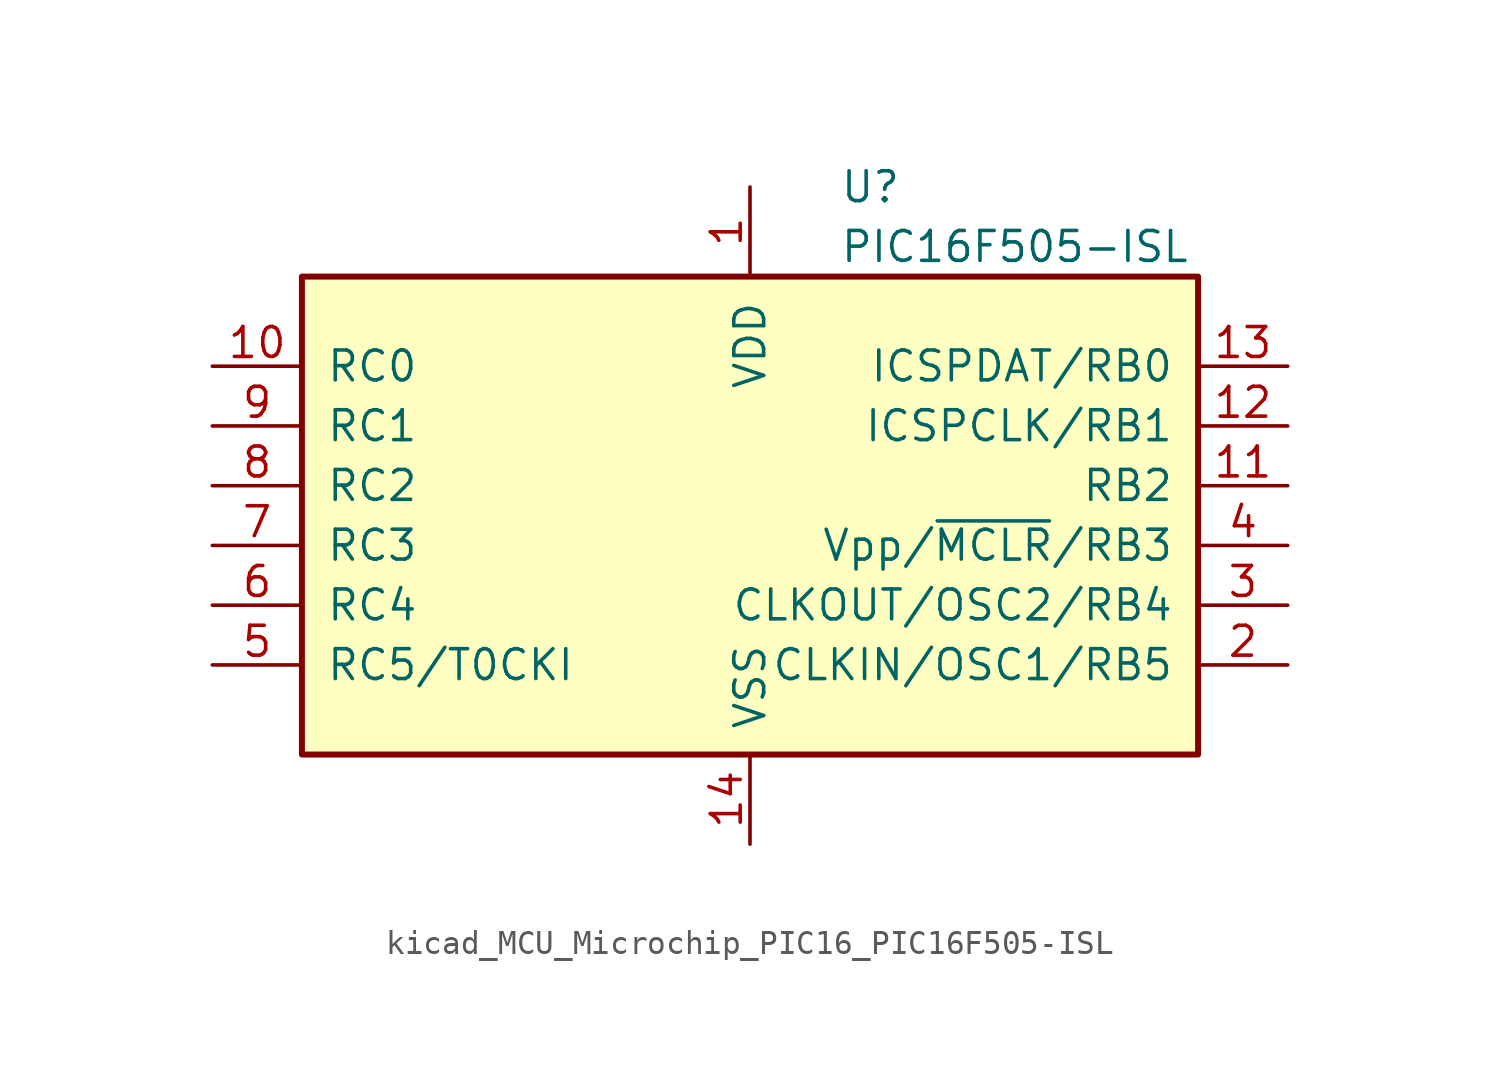
<source format=kicad_sym>
(kicad_symbol_lib
  (version 20220914)
  (generator kicad_symbol_editor)
  (symbol "kicad_MCU_Microchip_PIC16_PIC16F505-ISL"
    (pin_names
      (offset 1.016))
    (property "Reference" "U"
      (at 3.81 12.7 0)
      (effects (font (size 1.27 1.27)) (justify left)))
    (property "Value" "PIC16F505-ISL"
      (at 3.81 10.16 0)
      (effects (font (size 1.27 1.27)) (justify left)))
    (symbol "kicad_MCU_Microchip_PIC16_PIC16F505-ISL_0_1"
      (rectangle (start -19.05 8.89) (end 19.05 -11.43) (stroke (width 0.254) (type default)) (fill (type background))))
    (symbol "kicad_MCU_Microchip_PIC16_PIC16F505-ISL_1_1"
      (pin power_in line (at 0 12.7 270) (length 3.81) (name "VDD" (effects (font (size 1.27 1.27)))) (number "1" (effects (font (size 1.27 1.27)))))
      (pin bidirectional line (at -22.86 5.08 0) (length 3.81) (name "RC0" (effects (font (size 1.27 1.27)))) (number "10" (effects (font (size 1.27 1.27)))))
      (pin bidirectional line (at 22.86 0 180) (length 3.81) (name "RB2" (effects (font (size 1.27 1.27)))) (number "11" (effects (font (size 1.27 1.27)))))
      (pin bidirectional line (at 22.86 2.54 180) (length 3.81) (name "ICSPCLK/RB1" (effects (font (size 1.27 1.27)))) (number "12" (effects (font (size 1.27 1.27)))))
      (pin bidirectional line (at 22.86 5.08 180) (length 3.81) (name "ICSPDAT/RB0" (effects (font (size 1.27 1.27)))) (number "13" (effects (font (size 1.27 1.27)))))
      (pin power_in line (at 0 -15.24 90) (length 3.81) (name "VSS" (effects (font (size 1.27 1.27)))) (number "14" (effects (font (size 1.27 1.27)))))
      (pin bidirectional line (at 22.86 -7.62 180) (length 3.81) (name "CLKIN/OSC1/RB5" (effects (font (size 1.27 1.27)))) (number "2" (effects (font (size 1.27 1.27)))))
      (pin bidirectional line (at 22.86 -5.08 180) (length 3.81) (name "CLKOUT/OSC2/RB4" (effects (font (size 1.27 1.27)))) (number "3" (effects (font (size 1.27 1.27)))))
      (pin input line (at 22.86 -2.54 180) (length 3.81) (name "Vpp/~{MCLR}/RB3" (effects (font (size 1.27 1.27)))) (number "4" (effects (font (size 1.27 1.27)))))
      (pin bidirectional line (at -22.86 -7.62 0) (length 3.81) (name "RC5/T0CKI" (effects (font (size 1.27 1.27)))) (number "5" (effects (font (size 1.27 1.27)))))
      (pin bidirectional line (at -22.86 -5.08 0) (length 3.81) (name "RC4" (effects (font (size 1.27 1.27)))) (number "6" (effects (font (size 1.27 1.27)))))
      (pin bidirectional line (at -22.86 -2.54 0) (length 3.81) (name "RC3" (effects (font (size 1.27 1.27)))) (number "7" (effects (font (size 1.27 1.27)))))
      (pin bidirectional line (at -22.86 0 0) (length 3.81) (name "RC2" (effects (font (size 1.27 1.27)))) (number "8" (effects (font (size 1.27 1.27)))))
      (pin bidirectional line (at -22.86 2.54 0) (length 3.81) (name "RC1" (effects (font (size 1.27 1.27)))) (number "9" (effects (font (size 1.27 1.27))))))))
</source>
